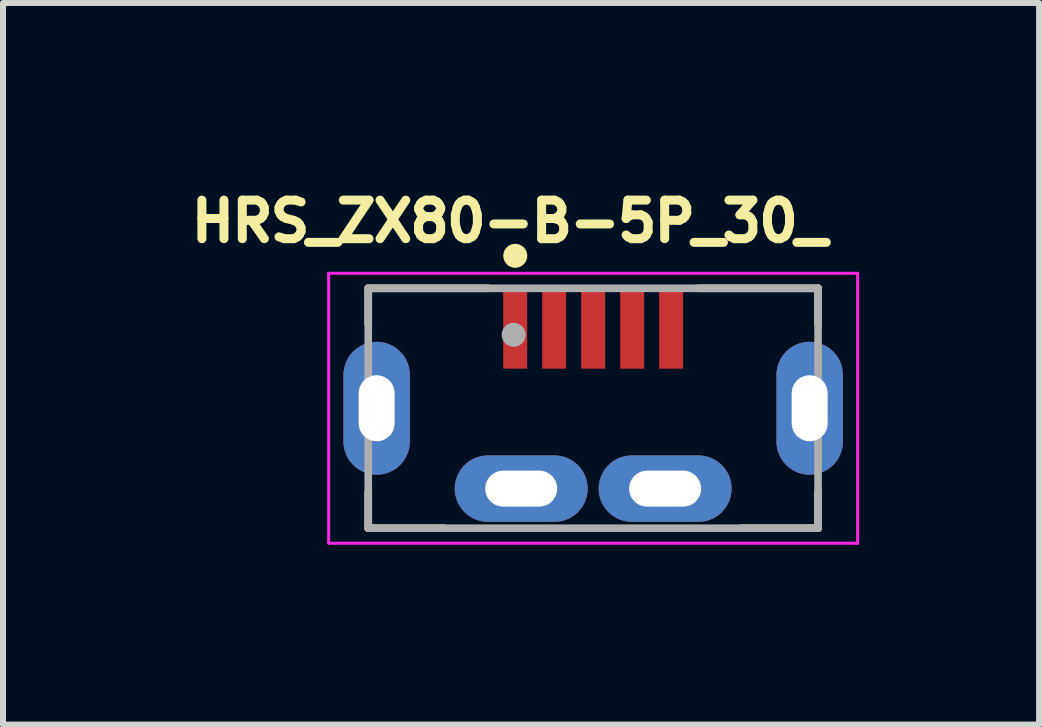
<source format=kicad_pcb>
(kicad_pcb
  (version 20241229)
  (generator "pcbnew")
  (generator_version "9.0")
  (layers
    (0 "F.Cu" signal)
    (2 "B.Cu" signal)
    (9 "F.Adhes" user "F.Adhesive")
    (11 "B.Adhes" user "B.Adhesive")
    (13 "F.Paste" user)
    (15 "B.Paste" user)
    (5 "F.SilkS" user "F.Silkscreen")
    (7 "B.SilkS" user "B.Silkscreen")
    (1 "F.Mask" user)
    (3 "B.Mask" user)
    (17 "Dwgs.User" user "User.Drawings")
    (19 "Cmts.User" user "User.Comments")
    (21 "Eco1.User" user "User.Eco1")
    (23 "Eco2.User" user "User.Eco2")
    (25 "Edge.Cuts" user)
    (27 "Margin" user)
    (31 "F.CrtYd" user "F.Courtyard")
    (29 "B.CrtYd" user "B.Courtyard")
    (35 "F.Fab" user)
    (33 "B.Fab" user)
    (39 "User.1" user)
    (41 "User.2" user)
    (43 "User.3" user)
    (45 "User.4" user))
  (footprint "HRS_ZX80-B-5P_30_"
    (layer "F.Cu")
    (at 6.84 3.757)
    (property "Reference" "HRS_ZX80-B-5P_30_" (at -1.395 -3.117 0) (layer "F.SilkS") (effects (font (size 0.643 0.643) (thickness 0.15))))
    (attr smd)
    (fp_line (start -3.75 -2) (end -3.75 -1.4) (stroke (width 0.127) (type solid)) (layer "F.SilkS"))
    (fp_line (start -3.75 -2) (end -1.75 -2) (stroke (width 0.127) (type solid)) (layer "F.SilkS"))
    (fp_line (start -3.75 1.4) (end -3.75 2) (stroke (width 0.127) (type solid)) (layer "F.SilkS"))
    (fp_line (start -3.75 2) (end -2.48 2) (stroke (width 0.127) (type solid)) (layer "F.SilkS"))
    (fp_line (start 1.75 -2) (end 3.75 -2) (stroke (width 0.127) (type solid)) (layer "F.SilkS"))
    (fp_line (start 3.75 -2) (end 3.75 -1.4) (stroke (width 0.127) (type solid)) (layer "F.SilkS"))
    (fp_line (start 3.75 1.4) (end 3.75 2) (stroke (width 0.127) (type solid)) (layer "F.SilkS"))
    (fp_line (start 3.75 2) (end 2.48 2) (stroke (width 0.127) (type solid)) (layer "F.SilkS"))
    (fp_circle (center -1.299 -2.542) (end -1.199 -2.542) (stroke (width 0.2) (type solid)) (fill no) (layer "F.SilkS"))
    (fp_line (start -4.41 -2.25) (end 4.41 -2.25) (stroke (width 0.05) (type solid)) (layer "F.CrtYd"))
    (fp_line (start -4.41 2.25) (end -4.41 -2.25) (stroke (width 0.05) (type solid)) (layer "F.CrtYd"))
    (fp_line (start 4.41 -2.25) (end 4.41 2.25) (stroke (width 0.05) (type solid)) (layer "F.CrtYd"))
    (fp_line (start 4.41 2.25) (end -4.41 2.25) (stroke (width 0.05) (type solid)) (layer "F.CrtYd"))
    (fp_line (start -3.75 -2) (end 3.75 -2) (stroke (width 0.127) (type solid)) (layer "F.Fab"))
    (fp_line (start -3.75 2) (end -3.75 -2) (stroke (width 0.127) (type solid)) (layer "F.Fab"))
    (fp_line (start 3.75 -2) (end 3.75 2) (stroke (width 0.127) (type solid)) (layer "F.Fab"))
    (fp_line (start 3.75 2) (end -3.75 2) (stroke (width 0.127) (type solid)) (layer "F.Fab"))
    (fp_circle (center -1.326 -1.225) (end -1.226 -1.225) (stroke (width 0.2) (type solid)) (fill no) (layer "F.Fab"))
    (pad "1" smd rect (at -1.3 -1.31 90) (size 1.3 0.4) (layers "F.Cu" "F.Mask" "F.Paste"))
    (pad "2" smd rect (at -0.65 -1.31 90) (size 1.3 0.4) (layers "F.Cu" "F.Mask" "F.Paste"))
    (pad "3" smd rect (at 0 -1.31 90) (size 1.3 0.4) (layers "F.Cu" "F.Mask" "F.Paste"))
    (pad "4" smd rect (at 0.65 -1.31 90) (size 1.3 0.4) (layers "F.Cu" "F.Mask" "F.Paste"))
    (pad "5" smd rect (at 1.3 -1.31 90) (size 1.3 0.4) (layers "F.Cu" "F.Mask" "F.Paste"))
    (pad "SH1" thru_hole oval (at -3.61 0) (size 1.108 2.216) (drill oval 0.6 1.1) (layers "*.Cu" "*.Mask"))
    (pad "SH2" thru_hole oval (at -1.2 1.34) (size 2.216 1.108) (drill oval 1.2 0.6) (layers "*.Cu" "*.Mask"))
    (pad "SH3" thru_hole oval (at 1.2 1.34) (size 2.216 1.108) (drill oval 1.2 0.6) (layers "*.Cu" "*.Mask"))
    (pad "SH4" thru_hole oval (at 3.61 0) (size 1.108 2.216) (drill oval 0.6 1.1) (layers "*.Cu" "*.Mask")))
  (gr_rect
    (start -3 -3)
    (end 14.275 9.032)
    (stroke (width 0.1) (type default))
    (fill no)
    (layer "Edge.Cuts")))
</source>
